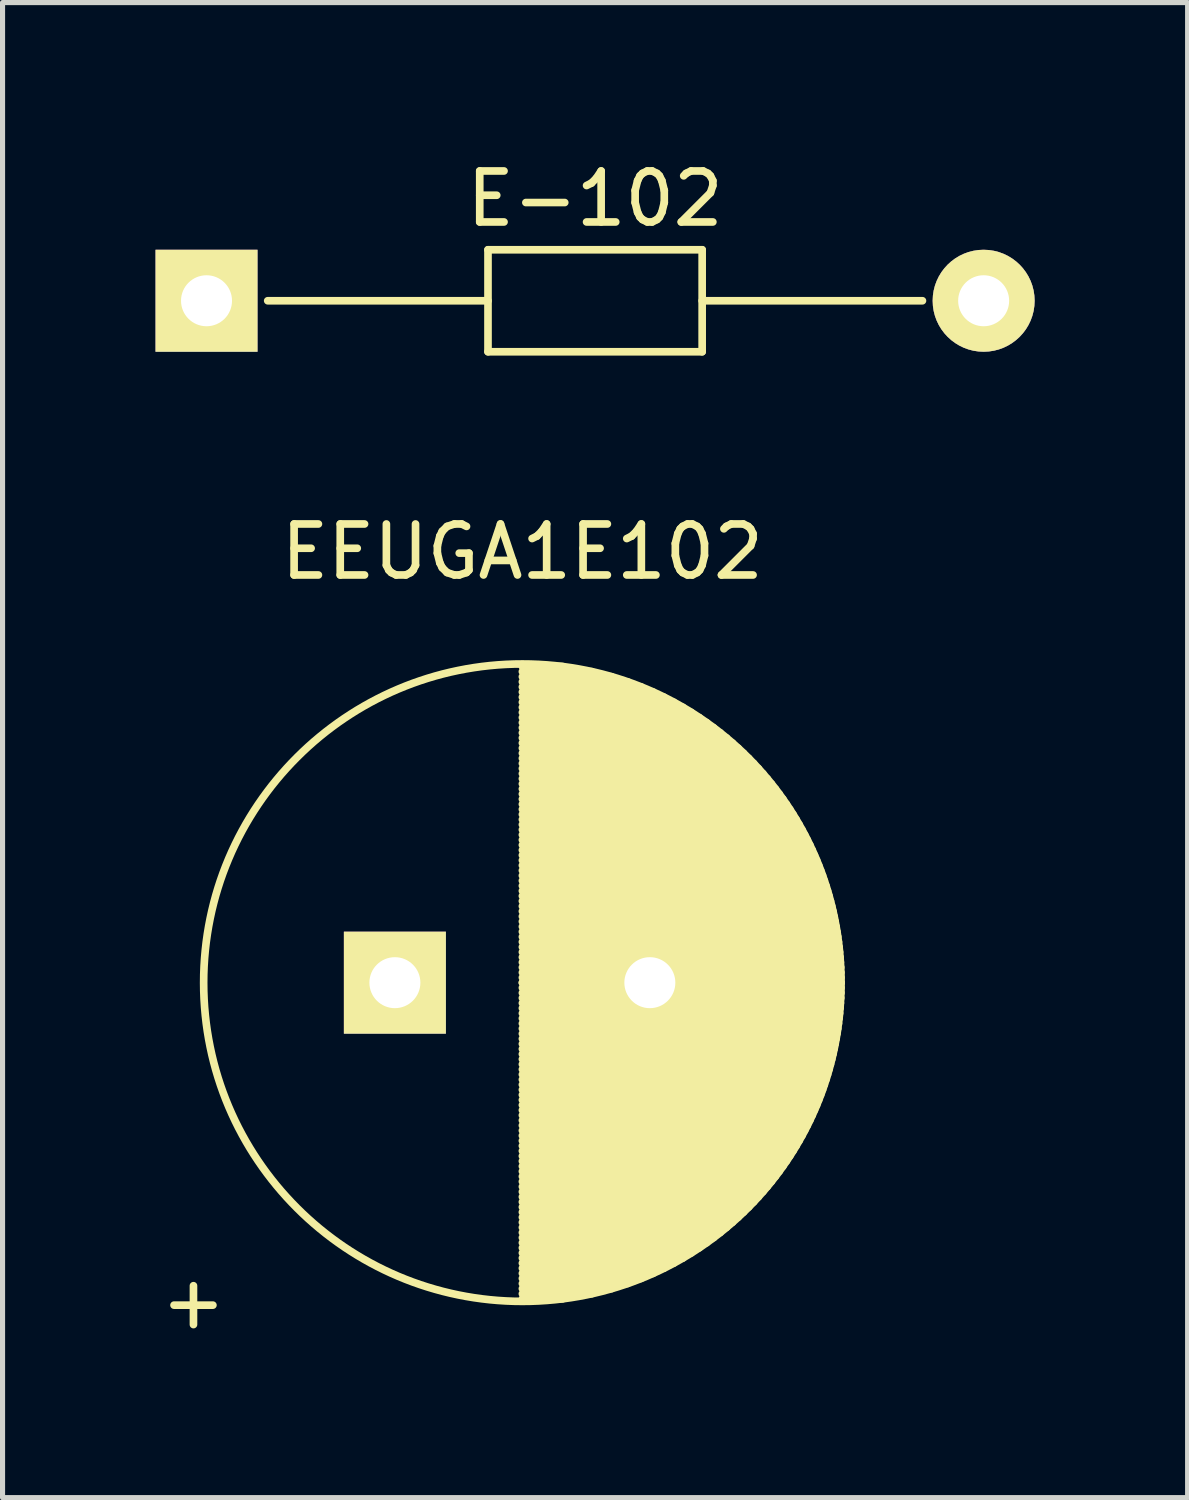
<source format=kicad_pcb>
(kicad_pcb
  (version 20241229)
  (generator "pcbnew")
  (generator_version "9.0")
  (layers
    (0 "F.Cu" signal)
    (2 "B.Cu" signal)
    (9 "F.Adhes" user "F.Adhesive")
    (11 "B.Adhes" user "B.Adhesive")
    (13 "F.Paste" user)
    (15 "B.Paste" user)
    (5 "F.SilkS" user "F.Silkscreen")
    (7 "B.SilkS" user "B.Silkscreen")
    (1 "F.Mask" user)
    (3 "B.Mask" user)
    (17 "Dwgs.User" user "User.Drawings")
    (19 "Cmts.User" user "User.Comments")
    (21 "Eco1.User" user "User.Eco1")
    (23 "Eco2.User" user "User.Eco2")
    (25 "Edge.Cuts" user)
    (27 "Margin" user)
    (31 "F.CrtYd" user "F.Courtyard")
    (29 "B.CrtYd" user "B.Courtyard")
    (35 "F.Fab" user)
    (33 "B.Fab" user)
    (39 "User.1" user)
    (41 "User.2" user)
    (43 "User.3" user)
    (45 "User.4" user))
  (footprint "E-102"
    (layer "F.Cu")
    (at 1 2.848)
    (property "Reference" "E-102" (at 7.62 -2 0) (layer "F.SilkS") (effects (font (size 1 1) (thickness 0.15))))
    (attr through_hole)
    (fp_line (start 1.2 0) (end 5.52 0) (stroke (width 0.15) (type solid)) (layer "F.SilkS"))
    (fp_line (start 5.52 -1) (end 5.52 1) (stroke (width 0.15) (type solid)) (layer "F.SilkS"))
    (fp_line (start 5.52 -1) (end 9.72 -1) (stroke (width 0.15) (type solid)) (layer "F.SilkS"))
    (fp_line (start 5.52 1) (end 9.72 1) (stroke (width 0.15) (type solid)) (layer "F.SilkS"))
    (fp_line (start 9.72 0) (end 14.04 0) (stroke (width 0.15) (type solid)) (layer "F.SilkS"))
    (fp_line (start 9.72 1) (end 9.72 -1) (stroke (width 0.15) (type solid)) (layer "F.SilkS"))
    (pad "1" thru_hole rect (at 0 0) (size 2 2) (drill 1) (layers "*.Cu" "*.Mask" "F.SilkS"))
    (pad "2" thru_hole circle (at 15.24 0) (size 2 2) (drill 1) (layers "*.Cu" "*.Mask" "F.SilkS")))
  (footprint "EEUGA1E102"
    (layer "F.Cu")
    (at 4.694 16.221)
    (property "Reference" "EEUGA1E102" (at 2.5 -8.45 0) (layer "F.SilkS") (effects (font (size 1 1) (thickness 0.15))))
    (attr through_hole)
    (fp_line (start 2.5 -6.2) (end 3.289 -6.2) (stroke (width 0.15) (type solid)) (layer "F.SilkS"))
    (fp_line (start 2.5 -6.1) (end 3.861 -6.1) (stroke (width 0.15) (type solid)) (layer "F.SilkS"))
    (fp_line (start 2.5 -6) (end 4.25 -6) (stroke (width 0.15) (type solid)) (layer "F.SilkS"))
    (fp_line (start 2.5 -5.9) (end 4.562 -5.9) (stroke (width 0.15) (type solid)) (layer "F.SilkS"))
    (fp_line (start 2.5 -5.8) (end 4.829 -5.8) (stroke (width 0.15) (type solid)) (layer "F.SilkS"))
    (fp_line (start 2.5 -5.7) (end 5.064 -5.7) (stroke (width 0.15) (type solid)) (layer "F.SilkS"))
    (fp_line (start 2.5 -5.6) (end 5.275 -5.6) (stroke (width 0.15) (type solid)) (layer "F.SilkS"))
    (fp_line (start 2.5 -5.5) (end 5.469 -5.5) (stroke (width 0.15) (type solid)) (layer "F.SilkS"))
    (fp_line (start 2.5 -5.4) (end 5.647 -5.4) (stroke (width 0.15) (type solid)) (layer "F.SilkS"))
    (fp_line (start 2.5 -5.3) (end 5.812 -5.3) (stroke (width 0.15) (type solid)) (layer "F.SilkS"))
    (fp_line (start 2.5 -5.2) (end 5.967 -5.2) (stroke (width 0.15) (type solid)) (layer "F.SilkS"))
    (fp_line (start 2.5 -5.1) (end 6.113 -5.1) (stroke (width 0.15) (type solid)) (layer "F.SilkS"))
    (fp_line (start 2.5 -5) (end 6.25 -5) (stroke (width 0.15) (type solid)) (layer "F.SilkS"))
    (fp_line (start 2.5 -4.9) (end 6.38 -4.9) (stroke (width 0.15) (type solid)) (layer "F.SilkS"))
    (fp_line (start 2.5 -4.8) (end 6.503 -4.8) (stroke (width 0.15) (type solid)) (layer "F.SilkS"))
    (fp_line (start 2.5 -4.7) (end 6.62 -4.7) (stroke (width 0.15) (type solid)) (layer "F.SilkS"))
    (fp_line (start 2.5 -4.6) (end 6.731 -4.6) (stroke (width 0.15) (type solid)) (layer "F.SilkS"))
    (fp_line (start 2.5 -4.5) (end 6.837 -4.5) (stroke (width 0.15) (type solid)) (layer "F.SilkS"))
    (fp_line (start 2.5 -4.4) (end 6.939 -4.4) (stroke (width 0.15) (type solid)) (layer "F.SilkS"))
    (fp_line (start 2.5 -4.3) (end 7.036 -4.3) (stroke (width 0.15) (type solid)) (layer "F.SilkS"))
    (fp_line (start 2.5 -4.2) (end 7.128 -4.2) (stroke (width 0.15) (type solid)) (layer "F.SilkS"))
    (fp_line (start 2.5 -4.1) (end 7.217 -4.1) (stroke (width 0.15) (type solid)) (layer "F.SilkS"))
    (fp_line (start 2.5 -4) (end 7.302 -4) (stroke (width 0.15) (type solid)) (layer "F.SilkS"))
    (fp_line (start 2.5 -3.9) (end 7.384 -3.9) (stroke (width 0.15) (type solid)) (layer "F.SilkS"))
    (fp_line (start 2.5 -3.8) (end 7.462 -3.8) (stroke (width 0.15) (type solid)) (layer "F.SilkS"))
    (fp_line (start 2.5 -3.7) (end 7.537 -3.7) (stroke (width 0.15) (type solid)) (layer "F.SilkS"))
    (fp_line (start 2.5 -3.6) (end 7.609 -3.6) (stroke (width 0.15) (type solid)) (layer "F.SilkS"))
    (fp_line (start 2.5 -3.5) (end 7.678 -3.5) (stroke (width 0.15) (type solid)) (layer "F.SilkS"))
    (fp_line (start 2.5 -3.4) (end 7.744 -3.4) (stroke (width 0.15) (type solid)) (layer "F.SilkS"))
    (fp_line (start 2.5 -3.3) (end 7.808 -3.3) (stroke (width 0.15) (type solid)) (layer "F.SilkS"))
    (fp_line (start 2.5 -3.2) (end 7.869 -3.2) (stroke (width 0.15) (type solid)) (layer "F.SilkS"))
    (fp_line (start 2.5 -3.1) (end 7.927 -3.1) (stroke (width 0.15) (type solid)) (layer "F.SilkS"))
    (fp_line (start 2.5 -3) (end 7.983 -3) (stroke (width 0.15) (type solid)) (layer "F.SilkS"))
    (fp_line (start 2.5 -2.9) (end 8.036 -2.9) (stroke (width 0.15) (type solid)) (layer "F.SilkS"))
    (fp_line (start 2.5 -2.8) (end 8.088 -2.8) (stroke (width 0.15) (type solid)) (layer "F.SilkS"))
    (fp_line (start 2.5 -2.7) (end 8.137 -2.7) (stroke (width 0.15) (type solid)) (layer "F.SilkS"))
    (fp_line (start 2.5 -2.6) (end 8.184 -2.6) (stroke (width 0.15) (type solid)) (layer "F.SilkS"))
    (fp_line (start 2.5 -2.5) (end 8.228 -2.5) (stroke (width 0.15) (type solid)) (layer "F.SilkS"))
    (fp_line (start 2.5 -2.4) (end 8.271 -2.4) (stroke (width 0.15) (type solid)) (layer "F.SilkS"))
    (fp_line (start 2.5 -2.3) (end 8.311 -2.3) (stroke (width 0.15) (type solid)) (layer "F.SilkS"))
    (fp_line (start 2.5 -2.2) (end 8.35 -2.2) (stroke (width 0.15) (type solid)) (layer "F.SilkS"))
    (fp_line (start 2.5 -2.1) (end 8.387 -2.1) (stroke (width 0.15) (type solid)) (layer "F.SilkS"))
    (fp_line (start 2.5 -2) (end 8.421 -2) (stroke (width 0.15) (type solid)) (layer "F.SilkS"))
    (fp_line (start 2.5 -1.9) (end 8.454 -1.9) (stroke (width 0.15) (type solid)) (layer "F.SilkS"))
    (fp_line (start 2.5 -1.8) (end 8.485 -1.8) (stroke (width 0.15) (type solid)) (layer "F.SilkS"))
    (fp_line (start 2.5 -1.7) (end 8.514 -1.7) (stroke (width 0.15) (type solid)) (layer "F.SilkS"))
    (fp_line (start 2.5 -1.6) (end 8.542 -1.6) (stroke (width 0.15) (type solid)) (layer "F.SilkS"))
    (fp_line (start 2.5 -1.5) (end 8.567 -1.5) (stroke (width 0.15) (type solid)) (layer "F.SilkS"))
    (fp_line (start 2.5 -1.4) (end 8.591 -1.4) (stroke (width 0.15) (type solid)) (layer "F.SilkS"))
    (fp_line (start 2.5 -1.3) (end 8.613 -1.3) (stroke (width 0.15) (type solid)) (layer "F.SilkS"))
    (fp_line (start 2.5 -1.2) (end 8.634 -1.2) (stroke (width 0.15) (type solid)) (layer "F.SilkS"))
    (fp_line (start 2.5 -1.1) (end 8.652 -1.1) (stroke (width 0.15) (type solid)) (layer "F.SilkS"))
    (fp_line (start 2.5 -1) (end 8.669 -1) (stroke (width 0.15) (type solid)) (layer "F.SilkS"))
    (fp_line (start 2.5 -0.9) (end 8.685 -0.9) (stroke (width 0.15) (type solid)) (layer "F.SilkS"))
    (fp_line (start 2.5 -0.8) (end 8.699 -0.8) (stroke (width 0.15) (type solid)) (layer "F.SilkS"))
    (fp_line (start 2.5 -0.7) (end 8.711 -0.7) (stroke (width 0.15) (type solid)) (layer "F.SilkS"))
    (fp_line (start 2.5 -0.6) (end 8.721 -0.6) (stroke (width 0.15) (type solid)) (layer "F.SilkS"))
    (fp_line (start 2.5 -0.5) (end 8.73 -0.5) (stroke (width 0.15) (type solid)) (layer "F.SilkS"))
    (fp_line (start 2.5 -0.4) (end 8.737 -0.4) (stroke (width 0.15) (type solid)) (layer "F.SilkS"))
    (fp_line (start 2.5 -0.3) (end 8.743 -0.3) (stroke (width 0.15) (type solid)) (layer "F.SilkS"))
    (fp_line (start 2.5 -0.2) (end 8.747 -0.2) (stroke (width 0.15) (type solid)) (layer "F.SilkS"))
    (fp_line (start 2.5 -0.1) (end 8.749 -0.1) (stroke (width 0.15) (type solid)) (layer "F.SilkS"))
    (fp_line (start 2.5 0) (end 8.75 0) (stroke (width 0.15) (type solid)) (layer "F.SilkS"))
    (fp_line (start 2.5 0) (end 8.75 0) (stroke (width 0.15) (type solid)) (layer "F.SilkS"))
    (fp_line (start 2.5 0.1) (end 8.749 0.1) (stroke (width 0.15) (type solid)) (layer "F.SilkS"))
    (fp_line (start 2.5 0.2) (end 8.747 0.2) (stroke (width 0.15) (type solid)) (layer "F.SilkS"))
    (fp_line (start 2.5 0.3) (end 8.743 0.3) (stroke (width 0.15) (type solid)) (layer "F.SilkS"))
    (fp_line (start 2.5 0.4) (end 8.737 0.4) (stroke (width 0.15) (type solid)) (layer "F.SilkS"))
    (fp_line (start 2.5 0.5) (end 8.73 0.5) (stroke (width 0.15) (type solid)) (layer "F.SilkS"))
    (fp_line (start 2.5 0.6) (end 8.721 0.6) (stroke (width 0.15) (type solid)) (layer "F.SilkS"))
    (fp_line (start 2.5 0.7) (end 8.711 0.7) (stroke (width 0.15) (type solid)) (layer "F.SilkS"))
    (fp_line (start 2.5 0.8) (end 8.699 0.8) (stroke (width 0.15) (type solid)) (layer "F.SilkS"))
    (fp_line (start 2.5 0.9) (end 8.685 0.9) (stroke (width 0.15) (type solid)) (layer "F.SilkS"))
    (fp_line (start 2.5 1) (end 8.669 1) (stroke (width 0.15) (type solid)) (layer "F.SilkS"))
    (fp_line (start 2.5 1.1) (end 8.652 1.1) (stroke (width 0.15) (type solid)) (layer "F.SilkS"))
    (fp_line (start 2.5 1.2) (end 8.634 1.2) (stroke (width 0.15) (type solid)) (layer "F.SilkS"))
    (fp_line (start 2.5 1.3) (end 8.613 1.3) (stroke (width 0.15) (type solid)) (layer "F.SilkS"))
    (fp_line (start 2.5 1.4) (end 8.591 1.4) (stroke (width 0.15) (type solid)) (layer "F.SilkS"))
    (fp_line (start 2.5 1.5) (end 8.567 1.5) (stroke (width 0.15) (type solid)) (layer "F.SilkS"))
    (fp_line (start 2.5 1.6) (end 8.542 1.6) (stroke (width 0.15) (type solid)) (layer "F.SilkS"))
    (fp_line (start 2.5 1.7) (end 8.514 1.7) (stroke (width 0.15) (type solid)) (layer "F.SilkS"))
    (fp_line (start 2.5 1.8) (end 8.485 1.8) (stroke (width 0.15) (type solid)) (layer "F.SilkS"))
    (fp_line (start 2.5 1.9) (end 8.454 1.9) (stroke (width 0.15) (type solid)) (layer "F.SilkS"))
    (fp_line (start 2.5 2) (end 8.421 2) (stroke (width 0.15) (type solid)) (layer "F.SilkS"))
    (fp_line (start 2.5 2.1) (end 8.387 2.1) (stroke (width 0.15) (type solid)) (layer "F.SilkS"))
    (fp_line (start 2.5 2.2) (end 8.35 2.2) (stroke (width 0.15) (type solid)) (layer "F.SilkS"))
    (fp_line (start 2.5 2.3) (end 8.311 2.3) (stroke (width 0.15) (type solid)) (layer "F.SilkS"))
    (fp_line (start 2.5 2.4) (end 8.271 2.4) (stroke (width 0.15) (type solid)) (layer "F.SilkS"))
    (fp_line (start 2.5 2.5) (end 8.228 2.5) (stroke (width 0.15) (type solid)) (layer "F.SilkS"))
    (fp_line (start 2.5 2.6) (end 8.184 2.6) (stroke (width 0.15) (type solid)) (layer "F.SilkS"))
    (fp_line (start 2.5 2.7) (end 8.137 2.7) (stroke (width 0.15) (type solid)) (layer "F.SilkS"))
    (fp_line (start 2.5 2.8) (end 8.088 2.8) (stroke (width 0.15) (type solid)) (layer "F.SilkS"))
    (fp_line (start 2.5 2.9) (end 8.036 2.9) (stroke (width 0.15) (type solid)) (layer "F.SilkS"))
    (fp_line (start 2.5 3) (end 7.983 3) (stroke (width 0.15) (type solid)) (layer "F.SilkS"))
    (fp_line (start 2.5 3.1) (end 7.927 3.1) (stroke (width 0.15) (type solid)) (layer "F.SilkS"))
    (fp_line (start 2.5 3.2) (end 7.869 3.2) (stroke (width 0.15) (type solid)) (layer "F.SilkS"))
    (fp_line (start 2.5 3.3) (end 7.808 3.3) (stroke (width 0.15) (type solid)) (layer "F.SilkS"))
    (fp_line (start 2.5 3.4) (end 7.744 3.4) (stroke (width 0.15) (type solid)) (layer "F.SilkS"))
    (fp_line (start 2.5 3.5) (end 7.678 3.5) (stroke (width 0.15) (type solid)) (layer "F.SilkS"))
    (fp_line (start 2.5 3.6) (end 7.609 3.6) (stroke (width 0.15) (type solid)) (layer "F.SilkS"))
    (fp_line (start 2.5 3.7) (end 7.537 3.7) (stroke (width 0.15) (type solid)) (layer "F.SilkS"))
    (fp_line (start 2.5 3.8) (end 7.462 3.8) (stroke (width 0.15) (type solid)) (layer "F.SilkS"))
    (fp_line (start 2.5 3.9) (end 7.384 3.9) (stroke (width 0.15) (type solid)) (layer "F.SilkS"))
    (fp_line (start 2.5 4) (end 7.302 4) (stroke (width 0.15) (type solid)) (layer "F.SilkS"))
    (fp_line (start 2.5 4.1) (end 7.217 4.1) (stroke (width 0.15) (type solid)) (layer "F.SilkS"))
    (fp_line (start 2.5 4.2) (end 7.128 4.2) (stroke (width 0.15) (type solid)) (layer "F.SilkS"))
    (fp_line (start 2.5 4.3) (end 7.036 4.3) (stroke (width 0.15) (type solid)) (layer "F.SilkS"))
    (fp_line (start 2.5 4.4) (end 6.939 4.4) (stroke (width 0.15) (type solid)) (layer "F.SilkS"))
    (fp_line (start 2.5 4.5) (end 6.837 4.5) (stroke (width 0.15) (type solid)) (layer "F.SilkS"))
    (fp_line (start 2.5 4.6) (end 6.731 4.6) (stroke (width 0.15) (type solid)) (layer "F.SilkS"))
    (fp_line (start 2.5 4.7) (end 6.62 4.7) (stroke (width 0.15) (type solid)) (layer "F.SilkS"))
    (fp_line (start 2.5 4.8) (end 6.503 4.8) (stroke (width 0.15) (type solid)) (layer "F.SilkS"))
    (fp_line (start 2.5 4.9) (end 6.38 4.9) (stroke (width 0.15) (type solid)) (layer "F.SilkS"))
    (fp_line (start 2.5 5) (end 6.25 5) (stroke (width 0.15) (type solid)) (layer "F.SilkS"))
    (fp_line (start 2.5 5.1) (end 6.113 5.1) (stroke (width 0.15) (type solid)) (layer "F.SilkS"))
    (fp_line (start 2.5 5.2) (end 5.967 5.2) (stroke (width 0.15) (type solid)) (layer "F.SilkS"))
    (fp_line (start 2.5 5.3) (end 5.812 5.3) (stroke (width 0.15) (type solid)) (layer "F.SilkS"))
    (fp_line (start 2.5 5.4) (end 5.647 5.4) (stroke (width 0.15) (type solid)) (layer "F.SilkS"))
    (fp_line (start 2.5 5.5) (end 5.469 5.5) (stroke (width 0.15) (type solid)) (layer "F.SilkS"))
    (fp_line (start 2.5 5.6) (end 5.275 5.6) (stroke (width 0.15) (type solid)) (layer "F.SilkS"))
    (fp_line (start 2.5 5.7) (end 5.064 5.7) (stroke (width 0.15) (type solid)) (layer "F.SilkS"))
    (fp_line (start 2.5 5.8) (end 4.829 5.8) (stroke (width 0.15) (type solid)) (layer "F.SilkS"))
    (fp_line (start 2.5 5.9) (end 4.562 5.9) (stroke (width 0.15) (type solid)) (layer "F.SilkS"))
    (fp_line (start 2.5 6) (end 4.25 6) (stroke (width 0.15) (type solid)) (layer "F.SilkS"))
    (fp_line (start 2.5 6.1) (end 3.861 6.1) (stroke (width 0.15) (type solid)) (layer "F.SilkS"))
    (fp_line (start 2.5 6.2) (end 3.289 6.2) (stroke (width 0.15) (type solid)) (layer "F.SilkS"))
    (fp_circle (center 2.5 0) (end 2.5 -6.25) (stroke (width 0.15) (type solid)) (fill no) (layer "F.SilkS"))
    (fp_text user "+" (at -3.95 6.25 0) (layer "F.SilkS") (effects (font (size 1 1) (thickness 0.15))))
    (pad "1" thru_hole rect (at 0 0) (size 2 2) (drill 1) (layers "*.Cu" "*.Mask" "F.SilkS"))
    (pad "2" thru_hole circle (at 5 0) (size 2 2) (drill 1) (layers "*.Cu" "*.Mask" "F.SilkS")))
  (gr_rect
    (start -3 -3)
    (end 20.24 26.32)
    (stroke (width 0.1) (type default))
    (fill no)
    (layer "Edge.Cuts")))
</source>
